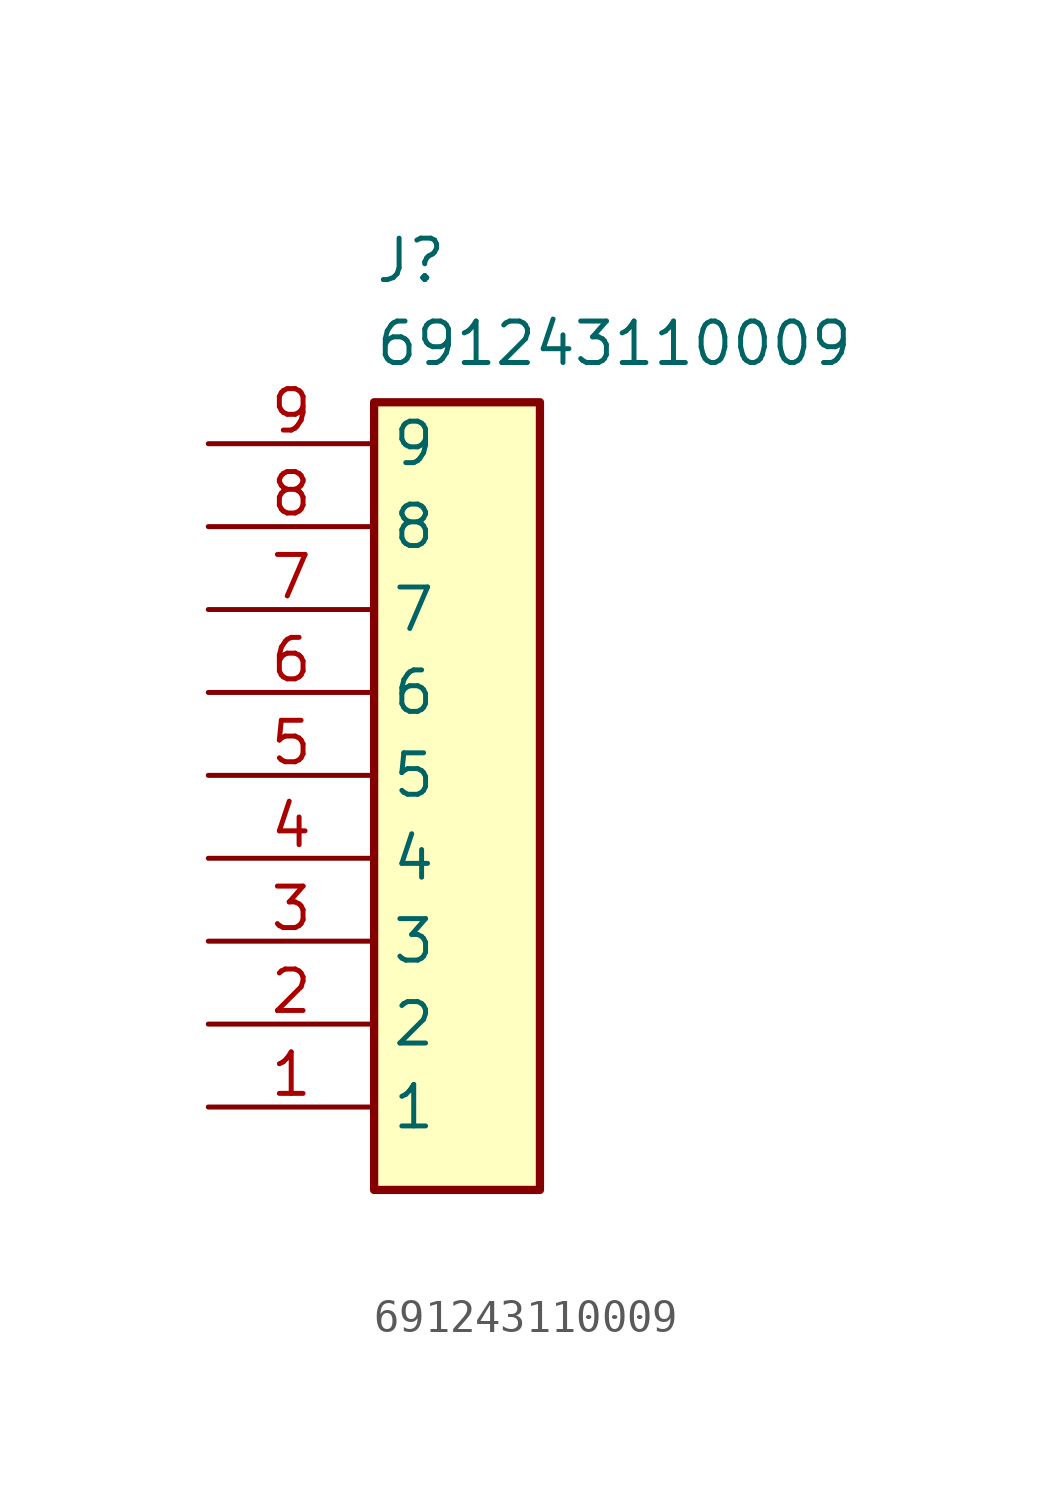
<source format=kicad_sym>
(kicad_symbol_lib
  (version 20220914)
  (generator kicad_symbol_editor)
  (symbol "691243110009"
    (property "Reference" "J"
      (at 5.08 8.89 0)
      (effects (font (size 1.27 1.27)) (justify left top)))
    (property "Value" "691243110009"
      (at 5.08 6.35 0)
      (effects (font (size 1.27 1.27)) (justify left top)))
    (symbol "691243110009_1_1"
      (rectangle (start 5.08 3.81) (end 10.16 -20.32) (stroke (width 0.254) (type default)) (fill (type background)))
      (pin passive line (at 0 -17.78 0) (length 5.08) (name "1" (effects (font (size 1.27 1.27)))) (number "1" (effects (font (size 1.27 1.27)))))
      (pin passive line (at 0 -15.24 0) (length 5.08) (name "2" (effects (font (size 1.27 1.27)))) (number "2" (effects (font (size 1.27 1.27)))))
      (pin passive line (at 0 -12.7 0) (length 5.08) (name "3" (effects (font (size 1.27 1.27)))) (number "3" (effects (font (size 1.27 1.27)))))
      (pin passive line (at 0 -10.16 0) (length 5.08) (name "4" (effects (font (size 1.27 1.27)))) (number "4" (effects (font (size 1.27 1.27)))))
      (pin passive line (at 0 -7.62 0) (length 5.08) (name "5" (effects (font (size 1.27 1.27)))) (number "5" (effects (font (size 1.27 1.27)))))
      (pin passive line (at 0 -5.08 0) (length 5.08) (name "6" (effects (font (size 1.27 1.27)))) (number "6" (effects (font (size 1.27 1.27)))))
      (pin passive line (at 0 -2.54 0) (length 5.08) (name "7" (effects (font (size 1.27 1.27)))) (number "7" (effects (font (size 1.27 1.27)))))
      (pin passive line (at 0 0 0) (length 5.08) (name "8" (effects (font (size 1.27 1.27)))) (number "8" (effects (font (size 1.27 1.27)))))
      (pin passive line (at 0 2.54 0) (length 5.08) (name "9" (effects (font (size 1.27 1.27)))) (number "9" (effects (font (size 1.27 1.27))))))))
</source>
